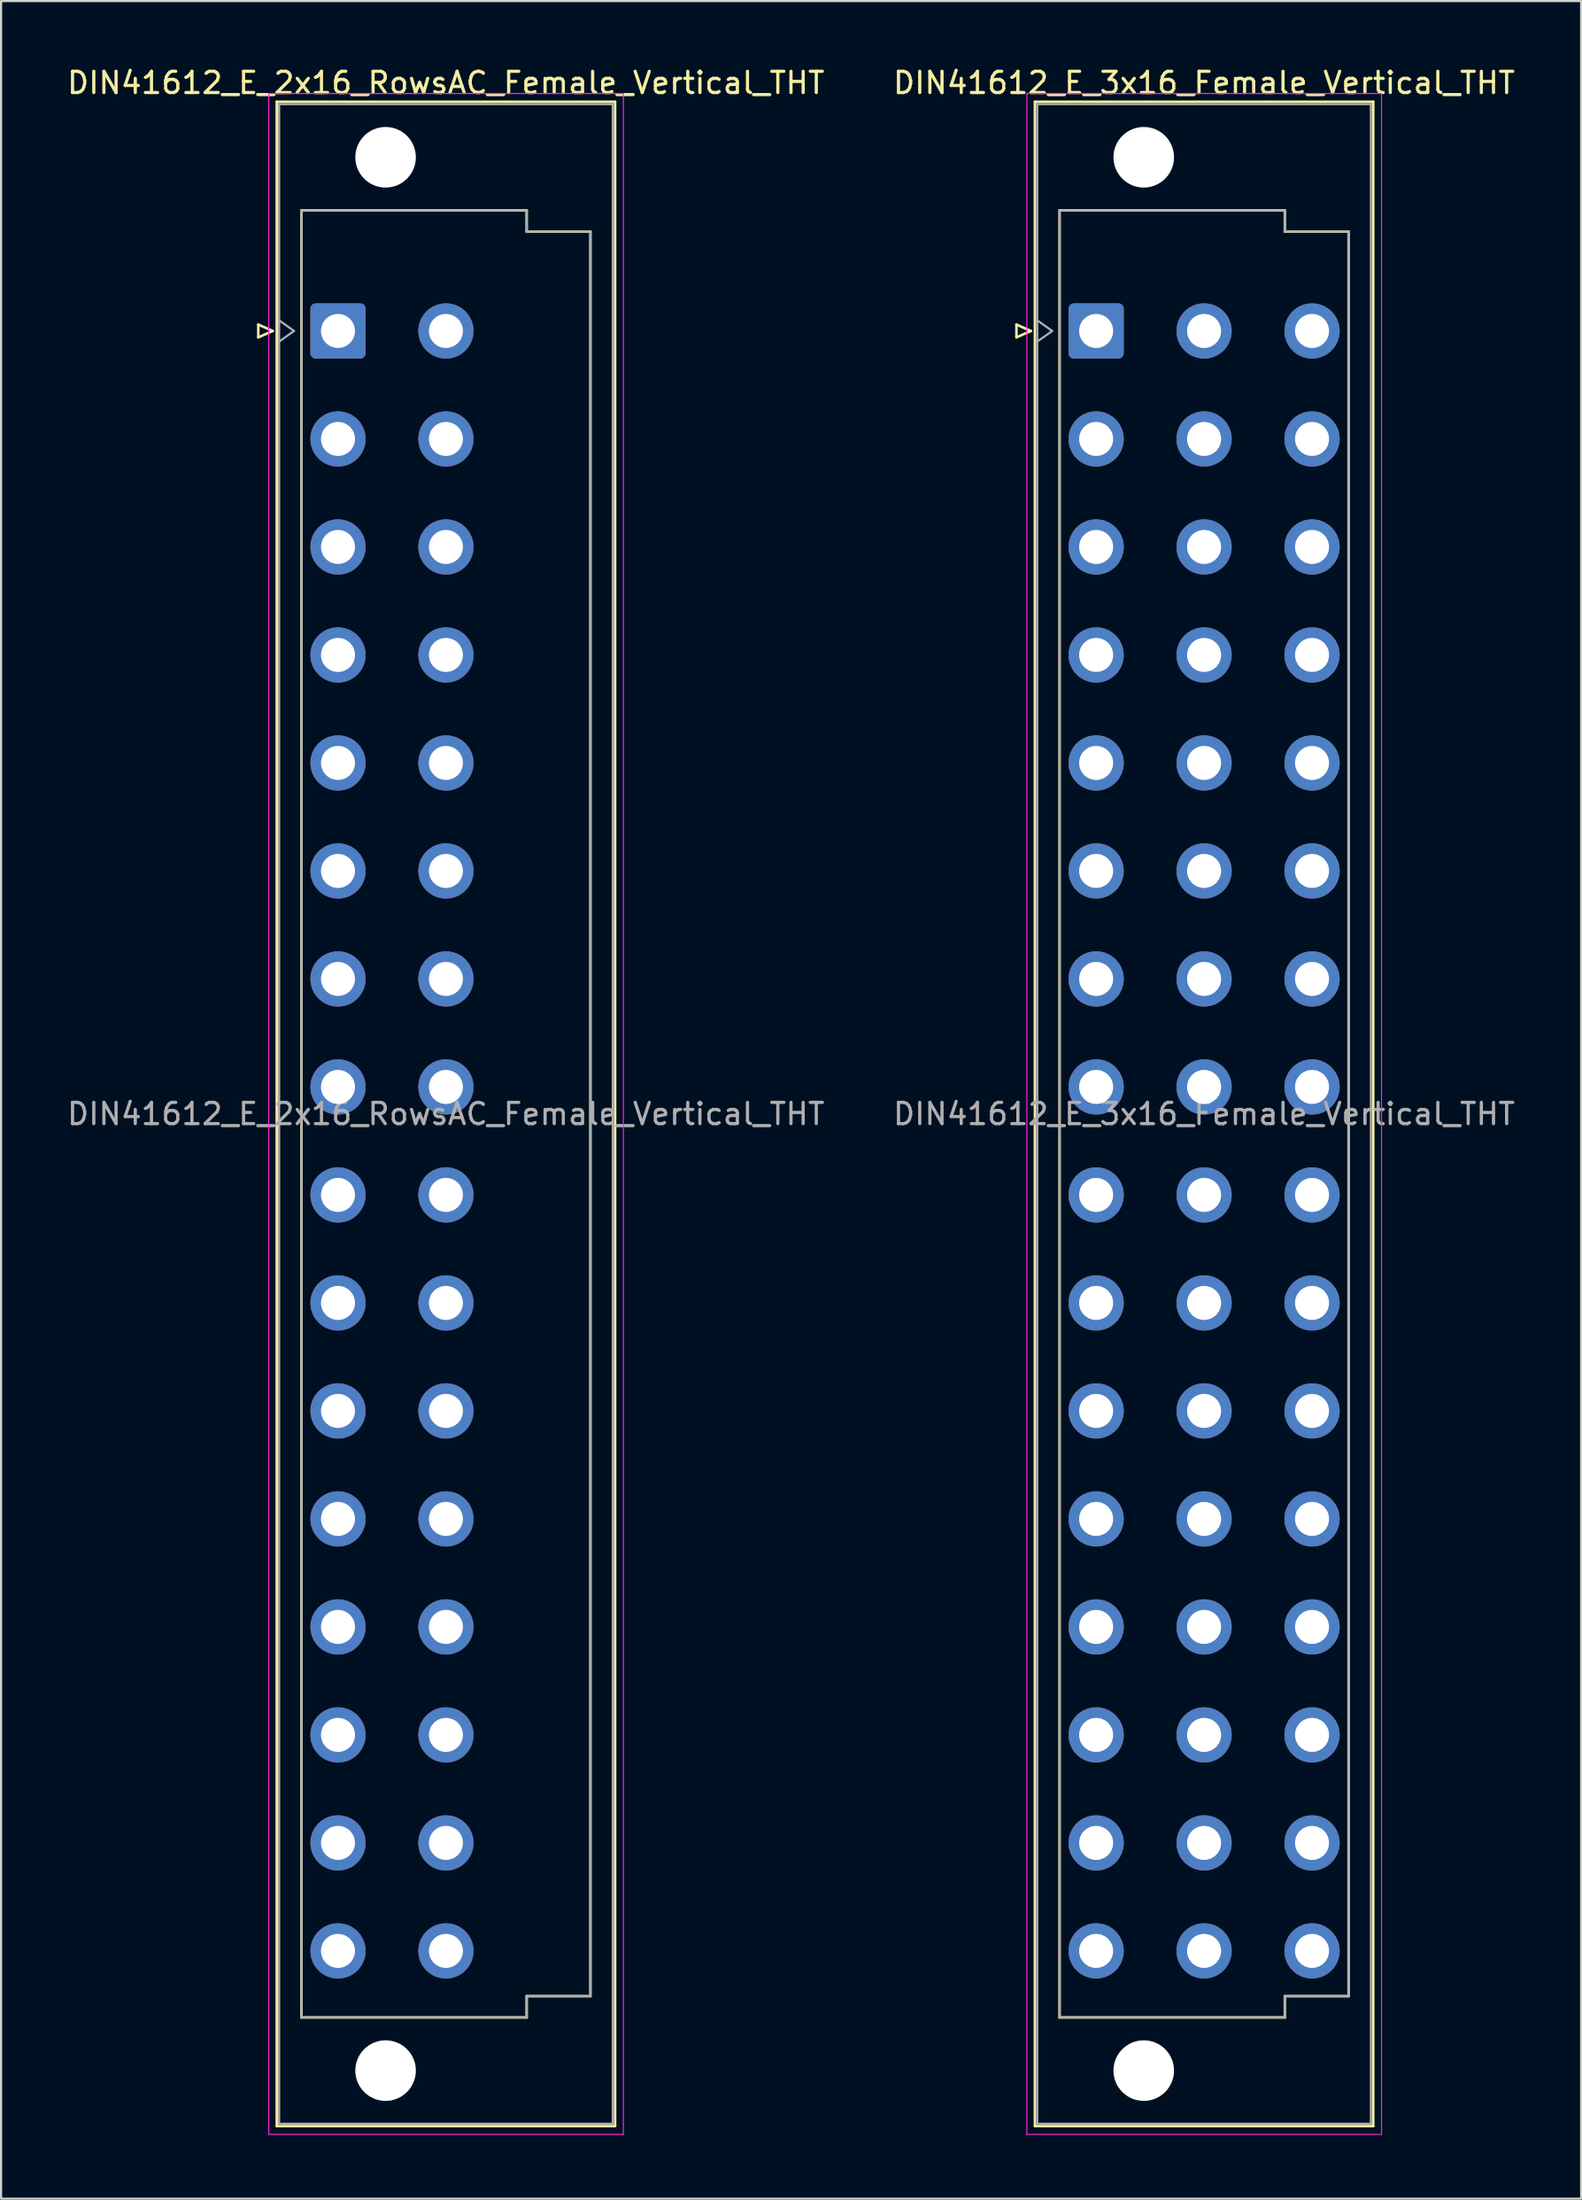
<source format=kicad_pcb>
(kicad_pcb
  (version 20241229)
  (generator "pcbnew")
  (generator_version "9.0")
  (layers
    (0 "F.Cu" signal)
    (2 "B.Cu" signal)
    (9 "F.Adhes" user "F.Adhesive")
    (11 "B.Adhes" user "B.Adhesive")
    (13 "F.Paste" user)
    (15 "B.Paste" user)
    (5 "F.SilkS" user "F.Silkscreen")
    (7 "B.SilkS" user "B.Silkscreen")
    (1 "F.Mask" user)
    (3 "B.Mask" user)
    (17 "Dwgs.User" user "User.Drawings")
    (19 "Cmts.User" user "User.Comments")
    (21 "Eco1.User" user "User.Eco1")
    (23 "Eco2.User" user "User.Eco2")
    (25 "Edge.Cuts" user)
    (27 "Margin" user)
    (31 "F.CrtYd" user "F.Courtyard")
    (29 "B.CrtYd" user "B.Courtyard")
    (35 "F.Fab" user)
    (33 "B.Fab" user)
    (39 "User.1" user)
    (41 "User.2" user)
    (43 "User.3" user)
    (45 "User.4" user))
  (footprint "DIN41612_E_2x16_RowsAC_Female_Vertical_THT"
    (layer "F.Cu")
    (at 12.855 9.978)
    (property "Reference" "DIN41612_E_2x16_RowsAC_Female_Vertical_THT" (at 5.08 -9.13 0) (layer "F.SilkS") (effects (font (size 1 1) (thickness 0.15))))
    (attr through_hole)
    (fp_line (start -3.75 2.24) (end -3.75 2.84) (stroke (width 0.12) (type solid)) (layer "F.SilkS"))
    (fp_line (start -3.75 2.84) (end -3.07 2.54) (stroke (width 0.12) (type solid)) (layer "F.SilkS"))
    (fp_line (start -3.07 2.54) (end -3.75 2.24) (stroke (width 0.12) (type solid)) (layer "F.SilkS"))
    (fp_line (start -2.88 -8.24) (end 13.04 -8.24) (stroke (width 0.12) (type solid)) (layer "F.SilkS"))
    (fp_line (start -2.88 86.98) (end -2.88 -8.24) (stroke (width 0.12) (type solid)) (layer "F.SilkS"))
    (fp_line (start -1.72 -3.131) (end 8.88 -3.131) (stroke (width 0.12) (type solid)) (layer "F.SilkS"))
    (fp_line (start -1.72 81.87) (end -1.72 -3.131) (stroke (width 0.12) (type solid)) (layer "F.SilkS"))
    (fp_line (start 8.88 -3.131) (end 8.88 -2.131) (stroke (width 0.12) (type solid)) (layer "F.SilkS"))
    (fp_line (start 8.88 -2.131) (end 11.88 -2.131) (stroke (width 0.12) (type solid)) (layer "F.SilkS"))
    (fp_line (start 8.88 80.87) (end 8.88 81.87) (stroke (width 0.12) (type solid)) (layer "F.SilkS"))
    (fp_line (start 8.88 81.87) (end -1.72 81.87) (stroke (width 0.12) (type solid)) (layer "F.SilkS"))
    (fp_line (start 11.88 -2.131) (end 11.88 80.87) (stroke (width 0.12) (type solid)) (layer "F.SilkS"))
    (fp_line (start 11.88 80.87) (end 8.88 80.87) (stroke (width 0.12) (type solid)) (layer "F.SilkS"))
    (fp_line (start 13.04 -8.24) (end 13.04 86.98) (stroke (width 0.12) (type solid)) (layer "F.SilkS"))
    (fp_line (start 13.04 86.98) (end -2.88 86.98) (stroke (width 0.12) (type solid)) (layer "F.SilkS"))
    (fp_line (start -3.26 -8.63) (end 13.43 -8.63) (stroke (width 0.05) (type solid)) (layer "F.CrtYd"))
    (fp_line (start -3.26 87.37) (end -3.26 -8.63) (stroke (width 0.05) (type solid)) (layer "F.CrtYd"))
    (fp_line (start 13.43 -8.63) (end 13.43 87.37) (stroke (width 0.05) (type solid)) (layer "F.CrtYd"))
    (fp_line (start 13.43 87.37) (end -3.26 87.37) (stroke (width 0.05) (type solid)) (layer "F.CrtYd"))
    (fp_line (start -2.77 -8.13) (end 12.93 -8.13) (stroke (width 0.1) (type solid)) (layer "F.Fab"))
    (fp_line (start -2.77 2.04) (end -2.07 2.54) (stroke (width 0.1) (type solid)) (layer "F.Fab"))
    (fp_line (start -2.77 86.87) (end -2.77 -8.13) (stroke (width 0.1) (type solid)) (layer "F.Fab"))
    (fp_line (start -2.07 2.54) (end -2.77 3.04) (stroke (width 0.1) (type solid)) (layer "F.Fab"))
    (fp_line (start -1.72 -3.13) (end 8.88 -3.13) (stroke (width 0.1) (type solid)) (layer "F.Fab"))
    (fp_line (start -1.72 81.87) (end -1.72 -3.13) (stroke (width 0.1) (type solid)) (layer "F.Fab"))
    (fp_line (start 8.88 -3.13) (end 8.88 -2.13) (stroke (width 0.1) (type solid)) (layer "F.Fab"))
    (fp_line (start 8.88 -2.13) (end 11.88 -2.13) (stroke (width 0.1) (type solid)) (layer "F.Fab"))
    (fp_line (start 8.88 80.87) (end 8.88 81.87) (stroke (width 0.1) (type solid)) (layer "F.Fab"))
    (fp_line (start 8.88 81.87) (end -1.72 81.87) (stroke (width 0.1) (type solid)) (layer "F.Fab"))
    (fp_line (start 11.88 -2.13) (end 11.88 80.87) (stroke (width 0.1) (type solid)) (layer "F.Fab"))
    (fp_line (start 11.88 80.87) (end 8.88 80.87) (stroke (width 0.1) (type solid)) (layer "F.Fab"))
    (fp_line (start 12.93 -8.13) (end 12.93 86.87) (stroke (width 0.1) (type solid)) (layer "F.Fab"))
    (fp_line (start 12.93 86.87) (end -2.77 86.87) (stroke (width 0.1) (type solid)) (layer "F.Fab"))
    (fp_text user "${REFERENCE}" (at 5.08 39.37 0) (layer "F.Fab") (effects (font (size 1 1) (thickness 0.15))))
    (pad "" np_thru_hole circle (at 2.24 -5.63) (size 2.85 2.85) (drill 2.85) (layers "*.Cu" "*.Mask"))
    (pad "" np_thru_hole circle (at 2.24 84.37) (size 2.85 2.85) (drill 2.85) (layers "*.Cu" "*.Mask"))
    (pad "a2" thru_hole roundrect (at 0 2.54) (size 2.6 2.6) (drill 1.6) (layers "*.Cu" "*.Mask") (roundrect_rratio 0.096))
    (pad "a4" thru_hole circle (at 0 7.62) (size 2.6 2.6) (drill 1.6) (layers "*.Cu" "*.Mask"))
    (pad "a6" thru_hole circle (at 0 12.7) (size 2.6 2.6) (drill 1.6) (layers "*.Cu" "*.Mask"))
    (pad "a8" thru_hole circle (at 0 17.78) (size 2.6 2.6) (drill 1.6) (layers "*.Cu" "*.Mask"))
    (pad "a10" thru_hole circle (at 0 22.86) (size 2.6 2.6) (drill 1.6) (layers "*.Cu" "*.Mask"))
    (pad "a12" thru_hole circle (at 0 27.94) (size 2.6 2.6) (drill 1.6) (layers "*.Cu" "*.Mask"))
    (pad "a14" thru_hole circle (at 0 33.02) (size 2.6 2.6) (drill 1.6) (layers "*.Cu" "*.Mask"))
    (pad "a16" thru_hole circle (at 0 38.1) (size 2.6 2.6) (drill 1.6) (layers "*.Cu" "*.Mask"))
    (pad "a18" thru_hole circle (at 0 43.18) (size 2.6 2.6) (drill 1.6) (layers "*.Cu" "*.Mask"))
    (pad "a20" thru_hole circle (at 0 48.26) (size 2.6 2.6) (drill 1.6) (layers "*.Cu" "*.Mask"))
    (pad "a22" thru_hole circle (at 0 53.34) (size 2.6 2.6) (drill 1.6) (layers "*.Cu" "*.Mask"))
    (pad "a24" thru_hole circle (at 0 58.42) (size 2.6 2.6) (drill 1.6) (layers "*.Cu" "*.Mask"))
    (pad "a26" thru_hole circle (at 0 63.5) (size 2.6 2.6) (drill 1.6) (layers "*.Cu" "*.Mask"))
    (pad "a28" thru_hole circle (at 0 68.58) (size 2.6 2.6) (drill 1.6) (layers "*.Cu" "*.Mask"))
    (pad "a30" thru_hole circle (at 0 73.66) (size 2.6 2.6) (drill 1.6) (layers "*.Cu" "*.Mask"))
    (pad "a32" thru_hole circle (at 0 78.74) (size 2.6 2.6) (drill 1.6) (layers "*.Cu" "*.Mask"))
    (pad "c2" thru_hole circle (at 5.08 2.54) (size 2.6 2.6) (drill 1.6) (layers "*.Cu" "*.Mask"))
    (pad "c4" thru_hole circle (at 5.08 7.62) (size 2.6 2.6) (drill 1.6) (layers "*.Cu" "*.Mask"))
    (pad "c6" thru_hole circle (at 5.08 12.7) (size 2.6 2.6) (drill 1.6) (layers "*.Cu" "*.Mask"))
    (pad "c8" thru_hole circle (at 5.08 17.78) (size 2.6 2.6) (drill 1.6) (layers "*.Cu" "*.Mask"))
    (pad "c10" thru_hole circle (at 5.08 22.86) (size 2.6 2.6) (drill 1.6) (layers "*.Cu" "*.Mask"))
    (pad "c12" thru_hole circle (at 5.08 27.94) (size 2.6 2.6) (drill 1.6) (layers "*.Cu" "*.Mask"))
    (pad "c14" thru_hole circle (at 5.08 33.02) (size 2.6 2.6) (drill 1.6) (layers "*.Cu" "*.Mask"))
    (pad "c16" thru_hole circle (at 5.08 38.1) (size 2.6 2.6) (drill 1.6) (layers "*.Cu" "*.Mask"))
    (pad "c18" thru_hole circle (at 5.08 43.18) (size 2.6 2.6) (drill 1.6) (layers "*.Cu" "*.Mask"))
    (pad "c20" thru_hole circle (at 5.08 48.26) (size 2.6 2.6) (drill 1.6) (layers "*.Cu" "*.Mask"))
    (pad "c22" thru_hole circle (at 5.08 53.34) (size 2.6 2.6) (drill 1.6) (layers "*.Cu" "*.Mask"))
    (pad "c24" thru_hole circle (at 5.08 58.42) (size 2.6 2.6) (drill 1.6) (layers "*.Cu" "*.Mask"))
    (pad "c26" thru_hole circle (at 5.08 63.5) (size 2.6 2.6) (drill 1.6) (layers "*.Cu" "*.Mask"))
    (pad "c28" thru_hole circle (at 5.08 68.58) (size 2.6 2.6) (drill 1.6) (layers "*.Cu" "*.Mask"))
    (pad "c30" thru_hole circle (at 5.08 73.66) (size 2.6 2.6) (drill 1.6) (layers "*.Cu" "*.Mask"))
    (pad "c32" thru_hole circle (at 5.08 78.74) (size 2.6 2.6) (drill 1.6) (layers "*.Cu" "*.Mask")))
  (footprint "DIN41612_E_3x16_Female_Vertical_THT"
    (layer "F.Cu")
    (at 48.533 9.978)
    (property "Reference" "DIN41612_E_3x16_Female_Vertical_THT" (at 5.08 -9.13 0) (layer "F.SilkS") (effects (font (size 1 1) (thickness 0.15))))
    (attr through_hole)
    (fp_line (start -3.75 2.24) (end -3.75 2.84) (stroke (width 0.12) (type solid)) (layer "F.SilkS"))
    (fp_line (start -3.75 2.84) (end -3.07 2.54) (stroke (width 0.12) (type solid)) (layer "F.SilkS"))
    (fp_line (start -3.07 2.54) (end -3.75 2.24) (stroke (width 0.12) (type solid)) (layer "F.SilkS"))
    (fp_line (start -2.88 -8.24) (end 13.04 -8.24) (stroke (width 0.12) (type solid)) (layer "F.SilkS"))
    (fp_line (start -2.88 86.98) (end -2.88 -8.24) (stroke (width 0.12) (type solid)) (layer "F.SilkS"))
    (fp_line (start -1.72 -3.131) (end 8.88 -3.131) (stroke (width 0.12) (type solid)) (layer "F.SilkS"))
    (fp_line (start -1.72 81.87) (end -1.72 -3.131) (stroke (width 0.12) (type solid)) (layer "F.SilkS"))
    (fp_line (start 8.88 -3.131) (end 8.88 -2.131) (stroke (width 0.12) (type solid)) (layer "F.SilkS"))
    (fp_line (start 8.88 -2.131) (end 11.88 -2.131) (stroke (width 0.12) (type solid)) (layer "F.SilkS"))
    (fp_line (start 8.88 80.87) (end 8.88 81.87) (stroke (width 0.12) (type solid)) (layer "F.SilkS"))
    (fp_line (start 8.88 81.87) (end -1.72 81.87) (stroke (width 0.12) (type solid)) (layer "F.SilkS"))
    (fp_line (start 11.88 -2.131) (end 11.88 80.87) (stroke (width 0.12) (type solid)) (layer "F.SilkS"))
    (fp_line (start 11.88 80.87) (end 8.88 80.87) (stroke (width 0.12) (type solid)) (layer "F.SilkS"))
    (fp_line (start 13.04 -8.24) (end 13.04 86.98) (stroke (width 0.12) (type solid)) (layer "F.SilkS"))
    (fp_line (start 13.04 86.98) (end -2.88 86.98) (stroke (width 0.12) (type solid)) (layer "F.SilkS"))
    (fp_line (start -3.26 -8.63) (end 13.43 -8.63) (stroke (width 0.05) (type solid)) (layer "F.CrtYd"))
    (fp_line (start -3.26 87.37) (end -3.26 -8.63) (stroke (width 0.05) (type solid)) (layer "F.CrtYd"))
    (fp_line (start 13.43 -8.63) (end 13.43 87.37) (stroke (width 0.05) (type solid)) (layer "F.CrtYd"))
    (fp_line (start 13.43 87.37) (end -3.26 87.37) (stroke (width 0.05) (type solid)) (layer "F.CrtYd"))
    (fp_line (start -2.77 -8.13) (end 12.93 -8.13) (stroke (width 0.1) (type solid)) (layer "F.Fab"))
    (fp_line (start -2.77 2.04) (end -2.07 2.54) (stroke (width 0.1) (type solid)) (layer "F.Fab"))
    (fp_line (start -2.77 86.87) (end -2.77 -8.13) (stroke (width 0.1) (type solid)) (layer "F.Fab"))
    (fp_line (start -2.07 2.54) (end -2.77 3.04) (stroke (width 0.1) (type solid)) (layer "F.Fab"))
    (fp_line (start -1.72 -3.13) (end 8.88 -3.13) (stroke (width 0.1) (type solid)) (layer "F.Fab"))
    (fp_line (start -1.72 81.87) (end -1.72 -3.13) (stroke (width 0.1) (type solid)) (layer "F.Fab"))
    (fp_line (start 8.88 -3.13) (end 8.88 -2.13) (stroke (width 0.1) (type solid)) (layer "F.Fab"))
    (fp_line (start 8.88 -2.13) (end 11.88 -2.13) (stroke (width 0.1) (type solid)) (layer "F.Fab"))
    (fp_line (start 8.88 80.87) (end 8.88 81.87) (stroke (width 0.1) (type solid)) (layer "F.Fab"))
    (fp_line (start 8.88 81.87) (end -1.72 81.87) (stroke (width 0.1) (type solid)) (layer "F.Fab"))
    (fp_line (start 11.88 -2.13) (end 11.88 80.87) (stroke (width 0.1) (type solid)) (layer "F.Fab"))
    (fp_line (start 11.88 80.87) (end 8.88 80.87) (stroke (width 0.1) (type solid)) (layer "F.Fab"))
    (fp_line (start 12.93 -8.13) (end 12.93 86.87) (stroke (width 0.1) (type solid)) (layer "F.Fab"))
    (fp_line (start 12.93 86.87) (end -2.77 86.87) (stroke (width 0.1) (type solid)) (layer "F.Fab"))
    (fp_text user "${REFERENCE}" (at 5.08 39.37 0) (layer "F.Fab") (effects (font (size 1 1) (thickness 0.15))))
    (pad "" np_thru_hole circle (at 2.24 -5.63) (size 2.85 2.85) (drill 2.85) (layers "*.Cu" "*.Mask"))
    (pad "" np_thru_hole circle (at 2.24 84.37) (size 2.85 2.85) (drill 2.85) (layers "*.Cu" "*.Mask"))
    (pad "a2" thru_hole roundrect (at 0 2.54) (size 2.6 2.6) (drill 1.6) (layers "*.Cu" "*.Mask") (roundrect_rratio 0.096))
    (pad "a4" thru_hole circle (at 0 7.62) (size 2.6 2.6) (drill 1.6) (layers "*.Cu" "*.Mask"))
    (pad "a6" thru_hole circle (at 0 12.7) (size 2.6 2.6) (drill 1.6) (layers "*.Cu" "*.Mask"))
    (pad "a8" thru_hole circle (at 0 17.78) (size 2.6 2.6) (drill 1.6) (layers "*.Cu" "*.Mask"))
    (pad "a10" thru_hole circle (at 0 22.86) (size 2.6 2.6) (drill 1.6) (layers "*.Cu" "*.Mask"))
    (pad "a12" thru_hole circle (at 0 27.94) (size 2.6 2.6) (drill 1.6) (layers "*.Cu" "*.Mask"))
    (pad "a14" thru_hole circle (at 0 33.02) (size 2.6 2.6) (drill 1.6) (layers "*.Cu" "*.Mask"))
    (pad "a16" thru_hole circle (at 0 38.1) (size 2.6 2.6) (drill 1.6) (layers "*.Cu" "*.Mask"))
    (pad "a18" thru_hole circle (at 0 43.18) (size 2.6 2.6) (drill 1.6) (layers "*.Cu" "*.Mask"))
    (pad "a20" thru_hole circle (at 0 48.26) (size 2.6 2.6) (drill 1.6) (layers "*.Cu" "*.Mask"))
    (pad "a22" thru_hole circle (at 0 53.34) (size 2.6 2.6) (drill 1.6) (layers "*.Cu" "*.Mask"))
    (pad "a24" thru_hole circle (at 0 58.42) (size 2.6 2.6) (drill 1.6) (layers "*.Cu" "*.Mask"))
    (pad "a26" thru_hole circle (at 0 63.5) (size 2.6 2.6) (drill 1.6) (layers "*.Cu" "*.Mask"))
    (pad "a28" thru_hole circle (at 0 68.58) (size 2.6 2.6) (drill 1.6) (layers "*.Cu" "*.Mask"))
    (pad "a30" thru_hole circle (at 0 73.66) (size 2.6 2.6) (drill 1.6) (layers "*.Cu" "*.Mask"))
    (pad "a32" thru_hole circle (at 0 78.74) (size 2.6 2.6) (drill 1.6) (layers "*.Cu" "*.Mask"))
    (pad "c2" thru_hole circle (at 5.08 2.54) (size 2.6 2.6) (drill 1.6) (layers "*.Cu" "*.Mask"))
    (pad "c4" thru_hole circle (at 5.08 7.62) (size 2.6 2.6) (drill 1.6) (layers "*.Cu" "*.Mask"))
    (pad "c6" thru_hole circle (at 5.08 12.7) (size 2.6 2.6) (drill 1.6) (layers "*.Cu" "*.Mask"))
    (pad "c8" thru_hole circle (at 5.08 17.78) (size 2.6 2.6) (drill 1.6) (layers "*.Cu" "*.Mask"))
    (pad "c10" thru_hole circle (at 5.08 22.86) (size 2.6 2.6) (drill 1.6) (layers "*.Cu" "*.Mask"))
    (pad "c12" thru_hole circle (at 5.08 27.94) (size 2.6 2.6) (drill 1.6) (layers "*.Cu" "*.Mask"))
    (pad "c14" thru_hole circle (at 5.08 33.02) (size 2.6 2.6) (drill 1.6) (layers "*.Cu" "*.Mask"))
    (pad "c16" thru_hole circle (at 5.08 38.1) (size 2.6 2.6) (drill 1.6) (layers "*.Cu" "*.Mask"))
    (pad "c18" thru_hole circle (at 5.08 43.18) (size 2.6 2.6) (drill 1.6) (layers "*.Cu" "*.Mask"))
    (pad "c20" thru_hole circle (at 5.08 48.26) (size 2.6 2.6) (drill 1.6) (layers "*.Cu" "*.Mask"))
    (pad "c22" thru_hole circle (at 5.08 53.34) (size 2.6 2.6) (drill 1.6) (layers "*.Cu" "*.Mask"))
    (pad "c24" thru_hole circle (at 5.08 58.42) (size 2.6 2.6) (drill 1.6) (layers "*.Cu" "*.Mask"))
    (pad "c26" thru_hole circle (at 5.08 63.5) (size 2.6 2.6) (drill 1.6) (layers "*.Cu" "*.Mask"))
    (pad "c28" thru_hole circle (at 5.08 68.58) (size 2.6 2.6) (drill 1.6) (layers "*.Cu" "*.Mask"))
    (pad "c30" thru_hole circle (at 5.08 73.66) (size 2.6 2.6) (drill 1.6) (layers "*.Cu" "*.Mask"))
    (pad "c32" thru_hole circle (at 5.08 78.74) (size 2.6 2.6) (drill 1.6) (layers "*.Cu" "*.Mask"))
    (pad "e2" thru_hole circle (at 10.16 2.54) (size 2.6 2.6) (drill 1.6) (layers "*.Cu" "*.Mask"))
    (pad "e4" thru_hole circle (at 10.16 7.62) (size 2.6 2.6) (drill 1.6) (layers "*.Cu" "*.Mask"))
    (pad "e6" thru_hole circle (at 10.16 12.7) (size 2.6 2.6) (drill 1.6) (layers "*.Cu" "*.Mask"))
    (pad "e8" thru_hole circle (at 10.16 17.78) (size 2.6 2.6) (drill 1.6) (layers "*.Cu" "*.Mask"))
    (pad "e10" thru_hole circle (at 10.16 22.86) (size 2.6 2.6) (drill 1.6) (layers "*.Cu" "*.Mask"))
    (pad "e12" thru_hole circle (at 10.16 27.94) (size 2.6 2.6) (drill 1.6) (layers "*.Cu" "*.Mask"))
    (pad "e14" thru_hole circle (at 10.16 33.02) (size 2.6 2.6) (drill 1.6) (layers "*.Cu" "*.Mask"))
    (pad "e16" thru_hole circle (at 10.16 38.1) (size 2.6 2.6) (drill 1.6) (layers "*.Cu" "*.Mask"))
    (pad "e18" thru_hole circle (at 10.16 43.18) (size 2.6 2.6) (drill 1.6) (layers "*.Cu" "*.Mask"))
    (pad "e20" thru_hole circle (at 10.16 48.26) (size 2.6 2.6) (drill 1.6) (layers "*.Cu" "*.Mask"))
    (pad "e22" thru_hole circle (at 10.16 53.34) (size 2.6 2.6) (drill 1.6) (layers "*.Cu" "*.Mask"))
    (pad "e24" thru_hole circle (at 10.16 58.42) (size 2.6 2.6) (drill 1.6) (layers "*.Cu" "*.Mask"))
    (pad "e26" thru_hole circle (at 10.16 63.5) (size 2.6 2.6) (drill 1.6) (layers "*.Cu" "*.Mask"))
    (pad "e28" thru_hole circle (at 10.16 68.58) (size 2.6 2.6) (drill 1.6) (layers "*.Cu" "*.Mask"))
    (pad "e30" thru_hole circle (at 10.16 73.66) (size 2.6 2.6) (drill 1.6) (layers "*.Cu" "*.Mask"))
    (pad "e32" thru_hole circle (at 10.16 78.74) (size 2.6 2.6) (drill 1.6) (layers "*.Cu" "*.Mask")))
  (gr_rect
    (start -3 -3)
    (end 71.357 100.373)
    (stroke (width 0.1) (type default))
    (fill no)
    (layer "Edge.Cuts")))
</source>
